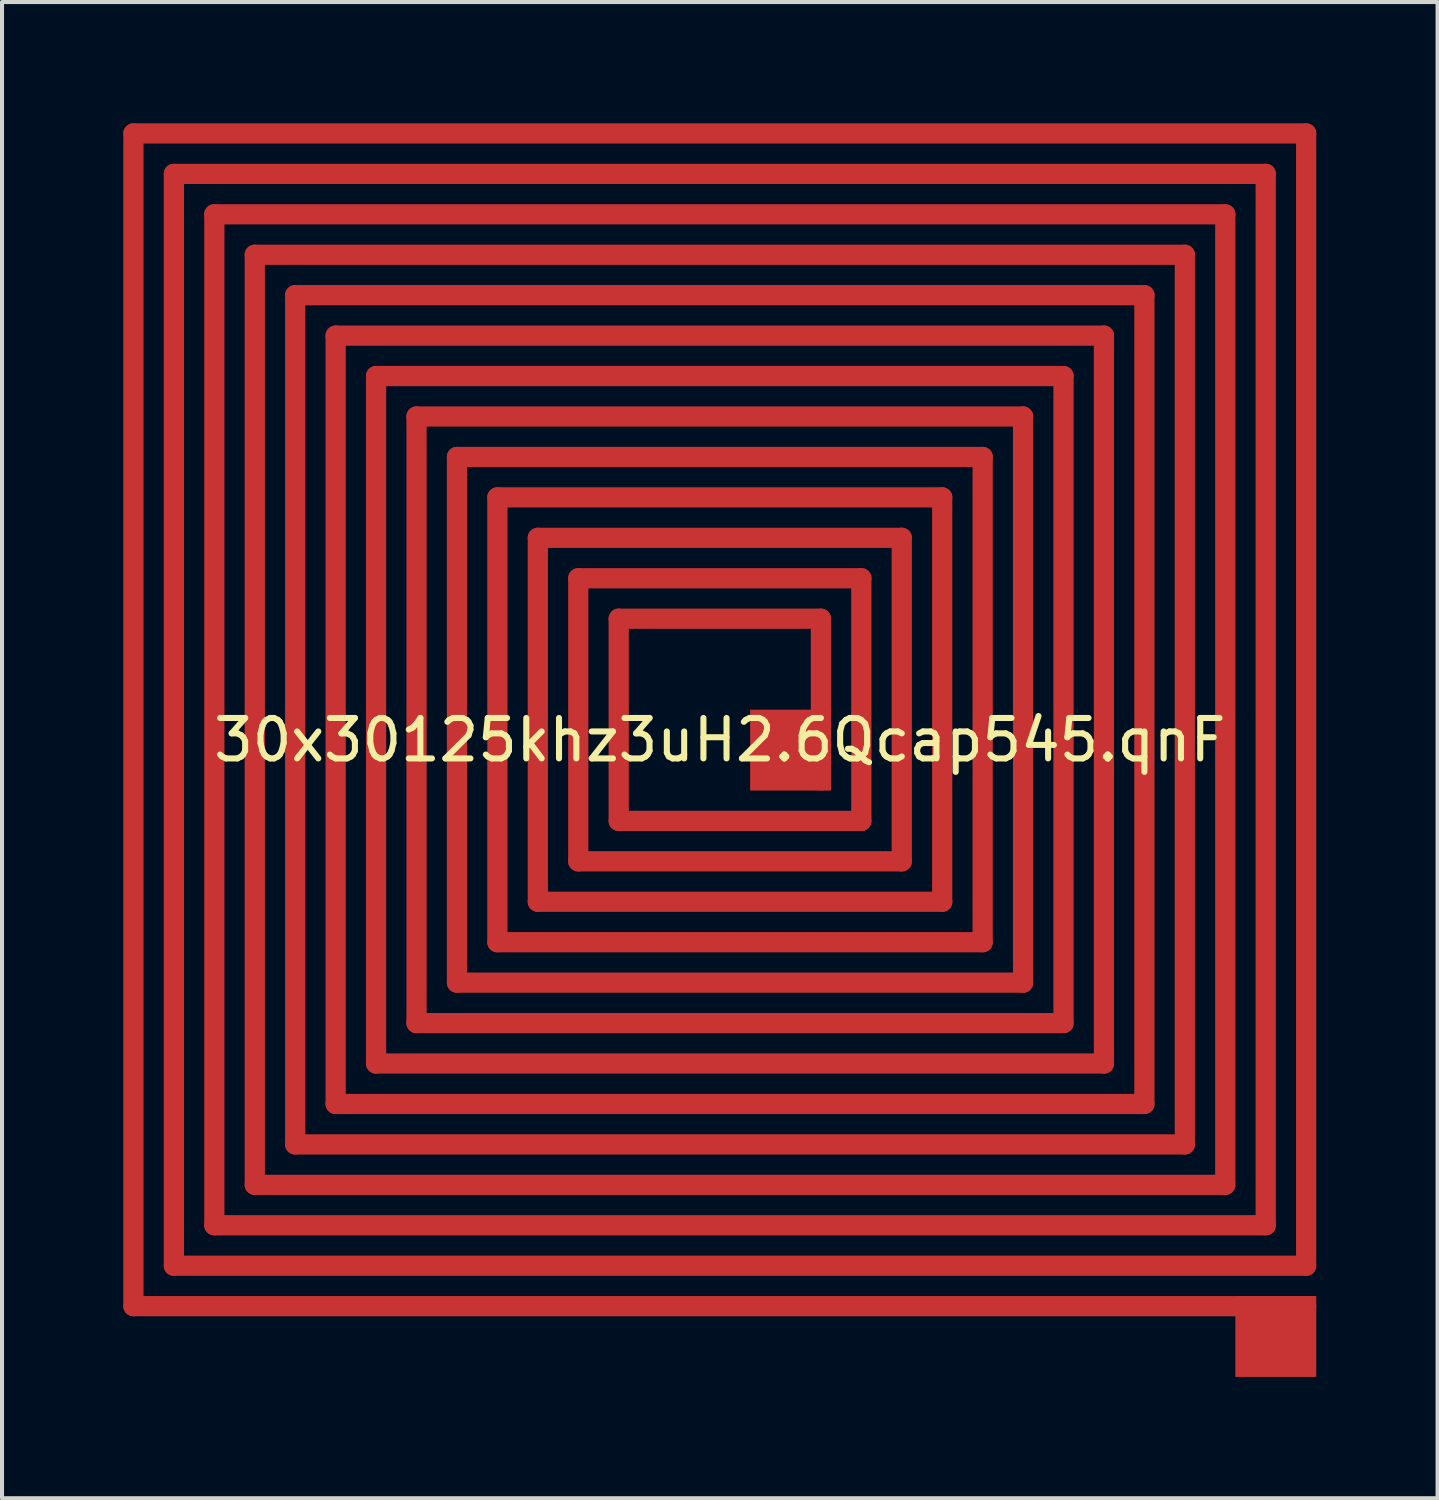
<source format=kicad_pcb>
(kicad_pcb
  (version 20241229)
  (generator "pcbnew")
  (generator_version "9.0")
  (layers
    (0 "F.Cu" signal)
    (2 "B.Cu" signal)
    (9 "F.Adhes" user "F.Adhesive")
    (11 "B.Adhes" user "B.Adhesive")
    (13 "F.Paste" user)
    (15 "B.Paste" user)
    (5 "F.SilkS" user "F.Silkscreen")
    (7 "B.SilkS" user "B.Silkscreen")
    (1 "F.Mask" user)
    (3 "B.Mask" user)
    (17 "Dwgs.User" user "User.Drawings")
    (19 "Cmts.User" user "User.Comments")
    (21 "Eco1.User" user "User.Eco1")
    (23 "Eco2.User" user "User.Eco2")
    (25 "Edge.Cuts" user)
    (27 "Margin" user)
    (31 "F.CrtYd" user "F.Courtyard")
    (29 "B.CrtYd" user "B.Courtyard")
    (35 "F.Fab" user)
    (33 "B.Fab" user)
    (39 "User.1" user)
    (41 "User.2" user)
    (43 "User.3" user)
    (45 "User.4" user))
  (footprint "30x30125khz3uH2.6Qcap545.qnF"
    (layer "F.Cu")
    (at 14.75 14.75)
    (property "Reference" "30x30125khz3uH2.6Qcap545.qnF" (at 0 0.5 0) (layer "F.SilkS") (effects (font (size 1 1) (thickness 0.15))))
    (attr through_hole)
    (fp_line (start -14.5 -14.5) (end 14.5 -14.5) (stroke (width 0.5) (type solid)) (layer "F.Cu"))
    (fp_line (start -14.5 14.5) (end -14.5 -14.5) (stroke (width 0.5) (type solid)) (layer "F.Cu"))
    (fp_line (start -13.5 -13.5) (end 13.5 -13.5) (stroke (width 0.5) (type solid)) (layer "F.Cu"))
    (fp_line (start -13.5 13.5) (end -13.5 -13.5) (stroke (width 0.5) (type solid)) (layer "F.Cu"))
    (fp_line (start -12.5 -12.5) (end 12.5 -12.5) (stroke (width 0.5) (type solid)) (layer "F.Cu"))
    (fp_line (start -12.5 12.5) (end -12.5 -12.5) (stroke (width 0.5) (type solid)) (layer "F.Cu"))
    (fp_line (start -11.5 -11.5) (end 11.5 -11.5) (stroke (width 0.5) (type solid)) (layer "F.Cu"))
    (fp_line (start -11.5 11.5) (end -11.5 -11.5) (stroke (width 0.5) (type solid)) (layer "F.Cu"))
    (fp_line (start -10.5 -10.5) (end 10.5 -10.5) (stroke (width 0.5) (type solid)) (layer "F.Cu"))
    (fp_line (start -10.5 10.5) (end -10.5 -10.5) (stroke (width 0.5) (type solid)) (layer "F.Cu"))
    (fp_line (start -9.5 -9.5) (end 9.5 -9.5) (stroke (width 0.5) (type solid)) (layer "F.Cu"))
    (fp_line (start -9.5 9.5) (end -9.5 -9.5) (stroke (width 0.5) (type solid)) (layer "F.Cu"))
    (fp_line (start -8.5 -8.5) (end 8.5 -8.5) (stroke (width 0.5) (type solid)) (layer "F.Cu"))
    (fp_line (start -8.5 8.5) (end -8.5 -8.5) (stroke (width 0.5) (type solid)) (layer "F.Cu"))
    (fp_line (start -7.5 -7.5) (end 7.5 -7.5) (stroke (width 0.5) (type solid)) (layer "F.Cu"))
    (fp_line (start -7.5 7.5) (end -7.5 -7.5) (stroke (width 0.5) (type solid)) (layer "F.Cu"))
    (fp_line (start -6.5 -6.5) (end 6.5 -6.5) (stroke (width 0.5) (type solid)) (layer "F.Cu"))
    (fp_line (start -6.5 6.5) (end -6.5 -6.5) (stroke (width 0.5) (type solid)) (layer "F.Cu"))
    (fp_line (start -5.5 -5.5) (end 5.5 -5.5) (stroke (width 0.5) (type solid)) (layer "F.Cu"))
    (fp_line (start -5.5 5.5) (end -5.5 -5.5) (stroke (width 0.5) (type solid)) (layer "F.Cu"))
    (fp_line (start -4.5 -4.5) (end 4.5 -4.5) (stroke (width 0.5) (type solid)) (layer "F.Cu"))
    (fp_line (start -4.5 4.5) (end -4.5 -4.5) (stroke (width 0.5) (type solid)) (layer "F.Cu"))
    (fp_line (start -3.5 -3.5) (end 3.5 -3.5) (stroke (width 0.5) (type solid)) (layer "F.Cu"))
    (fp_line (start -3.5 3.5) (end -3.5 -3.5) (stroke (width 0.5) (type solid)) (layer "F.Cu"))
    (fp_line (start -2.5 -2.5) (end 2.5 -2.5) (stroke (width 0.5) (type solid)) (layer "F.Cu"))
    (fp_line (start -2.5 2.5) (end -2.5 -2.5) (stroke (width 0.5) (type solid)) (layer "F.Cu"))
    (fp_line (start 2.5 -2.5) (end 2.5 1.5) (stroke (width 0.5) (type solid)) (layer "F.Cu"))
    (fp_line (start 3.5 -3.5) (end 3.5 2.5) (stroke (width 0.5) (type solid)) (layer "F.Cu"))
    (fp_line (start 3.5 2.5) (end -2.5 2.5) (stroke (width 0.5) (type solid)) (layer "F.Cu"))
    (fp_line (start 4.5 -4.5) (end 4.5 3.5) (stroke (width 0.5) (type solid)) (layer "F.Cu"))
    (fp_line (start 4.5 3.5) (end -3.5 3.5) (stroke (width 0.5) (type solid)) (layer "F.Cu"))
    (fp_line (start 5.5 -5.5) (end 5.5 4.5) (stroke (width 0.5) (type solid)) (layer "F.Cu"))
    (fp_line (start 5.5 4.5) (end -4.5 4.5) (stroke (width 0.5) (type solid)) (layer "F.Cu"))
    (fp_line (start 6.5 -6.5) (end 6.5 5.5) (stroke (width 0.5) (type solid)) (layer "F.Cu"))
    (fp_line (start 6.5 5.5) (end -5.5 5.5) (stroke (width 0.5) (type solid)) (layer "F.Cu"))
    (fp_line (start 7.5 -7.5) (end 7.5 6.5) (stroke (width 0.5) (type solid)) (layer "F.Cu"))
    (fp_line (start 7.5 6.5) (end -6.5 6.5) (stroke (width 0.5) (type solid)) (layer "F.Cu"))
    (fp_line (start 8.5 -8.5) (end 8.5 7.5) (stroke (width 0.5) (type solid)) (layer "F.Cu"))
    (fp_line (start 8.5 7.5) (end -7.5 7.5) (stroke (width 0.5) (type solid)) (layer "F.Cu"))
    (fp_line (start 9.5 -9.5) (end 9.5 8.5) (stroke (width 0.5) (type solid)) (layer "F.Cu"))
    (fp_line (start 9.5 8.5) (end -8.5 8.5) (stroke (width 0.5) (type solid)) (layer "F.Cu"))
    (fp_line (start 10.5 -10.5) (end 10.5 9.5) (stroke (width 0.5) (type solid)) (layer "F.Cu"))
    (fp_line (start 10.5 9.5) (end -9.5 9.5) (stroke (width 0.5) (type solid)) (layer "F.Cu"))
    (fp_line (start 11.5 -11.5) (end 11.5 10.5) (stroke (width 0.5) (type solid)) (layer "F.Cu"))
    (fp_line (start 11.5 10.5) (end -10.5 10.5) (stroke (width 0.5) (type solid)) (layer "F.Cu"))
    (fp_line (start 12.5 -12.5) (end 12.5 11.5) (stroke (width 0.5) (type solid)) (layer "F.Cu"))
    (fp_line (start 12.5 11.5) (end -11.5 11.5) (stroke (width 0.5) (type solid)) (layer "F.Cu"))
    (fp_line (start 13.5 -13.5) (end 13.5 12.5) (stroke (width 0.5) (type solid)) (layer "F.Cu"))
    (fp_line (start 13.5 12.5) (end -12.5 12.5) (stroke (width 0.5) (type solid)) (layer "F.Cu"))
    (fp_line (start 14.5 -14.5) (end 14.5 13.5) (stroke (width 0.5) (type solid)) (layer "F.Cu"))
    (fp_line (start 14.5 13.5) (end -13.5 13.5) (stroke (width 0.5) (type solid)) (layer "F.Cu"))
    (fp_line (start 14.5 14.5) (end -14.5 14.5) (stroke (width 0.5) (type solid)) (layer "F.Cu"))
    (pad "1" smd rect (at 13.75 15.25) (size 2 2) (layers "F.Cu"))
    (pad "2" smd rect (at 1.75 0.75) (size 2 2) (layers "F.Cu")))
  (gr_rect
    (start -3 -3)
    (end 32.5 34)
    (stroke (width 0.1) (type default))
    (fill no)
    (layer "Edge.Cuts")))
</source>
